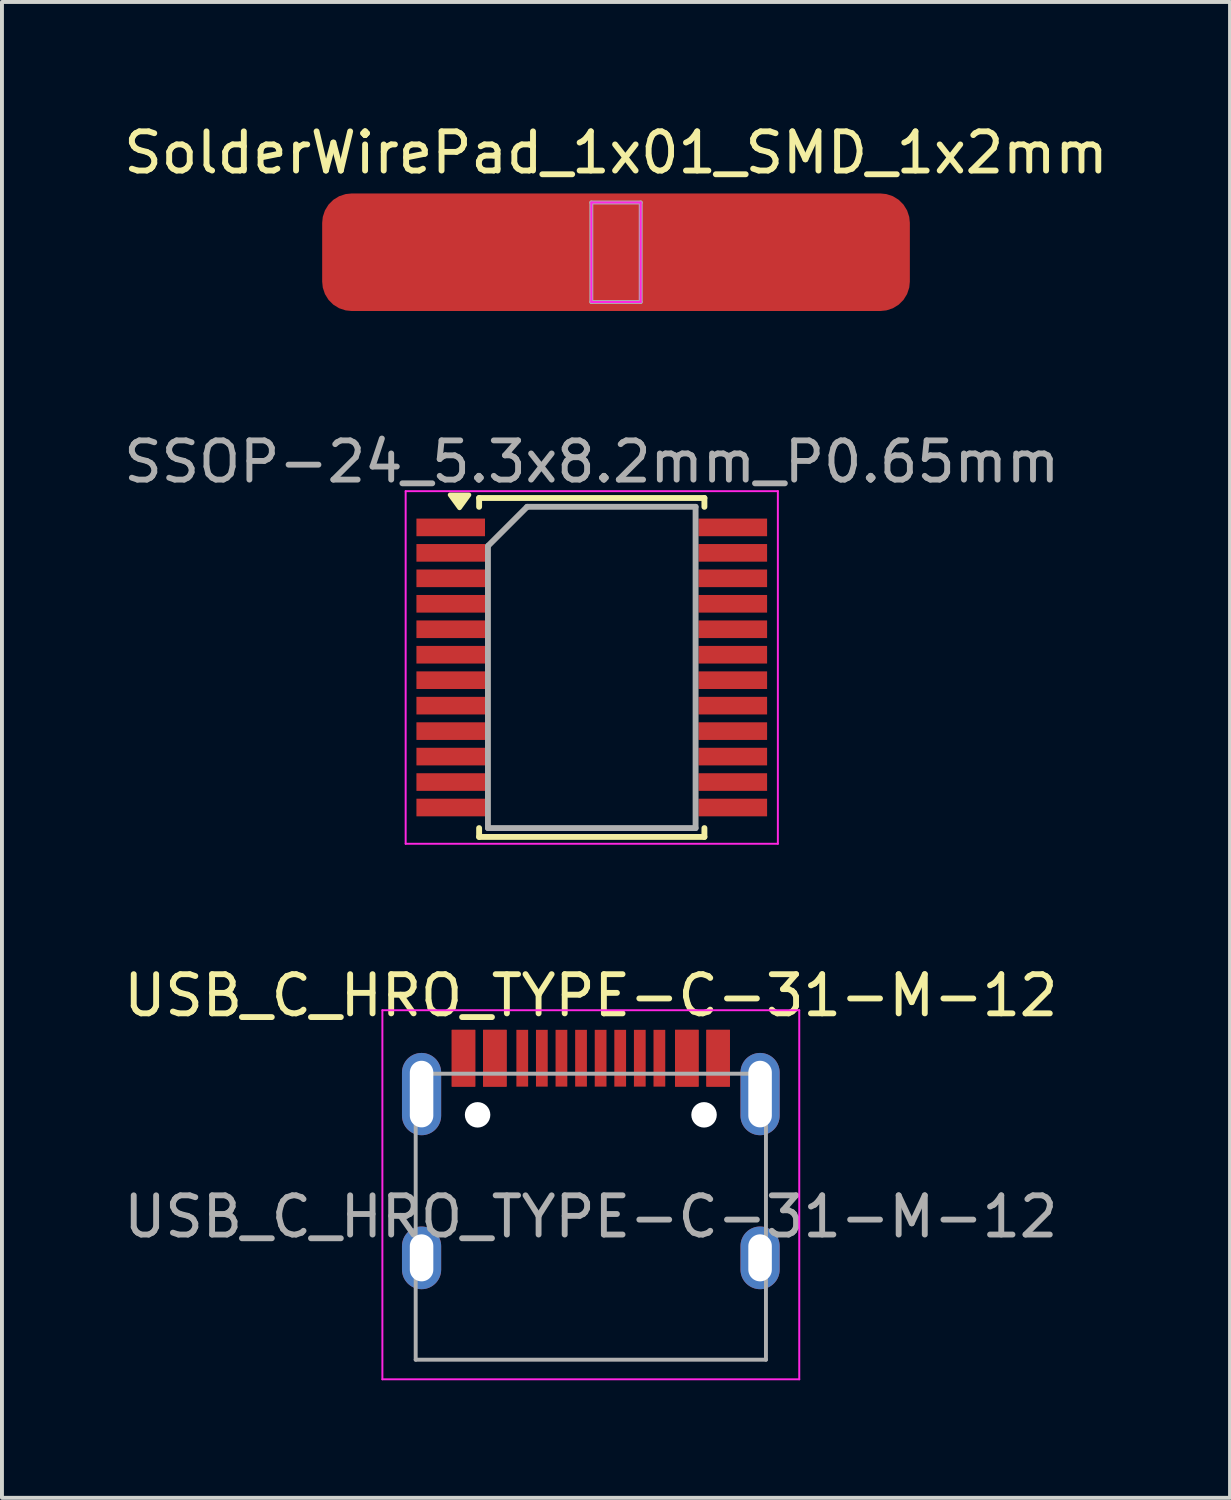
<source format=kicad_pcb>
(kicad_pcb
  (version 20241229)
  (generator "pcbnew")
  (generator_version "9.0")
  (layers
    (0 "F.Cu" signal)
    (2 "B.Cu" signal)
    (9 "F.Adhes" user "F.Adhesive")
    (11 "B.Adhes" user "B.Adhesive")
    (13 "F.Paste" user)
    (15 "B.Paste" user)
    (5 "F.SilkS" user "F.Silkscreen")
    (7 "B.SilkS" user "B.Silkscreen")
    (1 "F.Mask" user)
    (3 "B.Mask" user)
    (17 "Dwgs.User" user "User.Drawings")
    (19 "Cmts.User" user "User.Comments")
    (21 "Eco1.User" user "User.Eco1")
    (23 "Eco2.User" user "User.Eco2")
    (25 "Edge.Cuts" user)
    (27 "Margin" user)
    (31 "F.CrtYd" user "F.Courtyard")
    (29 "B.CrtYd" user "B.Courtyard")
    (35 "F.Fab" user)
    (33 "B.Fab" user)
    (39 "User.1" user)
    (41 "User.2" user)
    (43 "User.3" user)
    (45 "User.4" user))
  (footprint "SolderWirePad_1x01_SMD_1x2mm"
    (layer "F.Cu")
    (at 12.673 3.388)
    (property "Reference" "SolderWirePad_1x01_SMD_1x2mm" (at 0 -2.54 180) (layer "F.SilkS") (effects (font (size 1 1) (thickness 0.15))))
    (attr exclude_from_pos_files exclude_from_bom)
    (fp_line (start -0.63 -1.27) (end -0.63 1.27) (stroke (width 0.05) (type solid)) (layer "F.CrtYd"))
    (fp_line (start -0.63 1.27) (end 0.63 1.27) (stroke (width 0.05) (type solid)) (layer "F.CrtYd"))
    (fp_line (start 0.63 -1.27) (end -0.63 -1.27) (stroke (width 0.05) (type solid)) (layer "F.CrtYd"))
    (fp_line (start 0.63 1.27) (end 0.63 -1.27) (stroke (width 0.05) (type solid)) (layer "F.CrtYd"))
    (fp_line (start -0.63 -1.27) (end 0.63 -1.27) (stroke (width 0.1) (type solid)) (layer "F.Fab"))
    (fp_line (start -0.63 1.27) (end -0.63 -1.27) (stroke (width 0.1) (type solid)) (layer "F.Fab"))
    (fp_line (start 0.63 -1.27) (end 0.63 1.27) (stroke (width 0.1) (type solid)) (layer "F.Fab"))
    (fp_line (start 0.63 1.27) (end -0.63 1.27) (stroke (width 0.1) (type solid)) (layer "F.Fab"))
    (pad "1" smd roundrect (at 0 0) (size 15 3) (layers "F.Cu" "F.Mask" "F.Paste") (roundrect_rratio 0.25)))
  (footprint "USB_C_HRO_TYPE-C-31-M-12"
    (layer "F.Cu")
    (at 12.03 28.005)
    (property "Reference" "USB_C_HRO_TYPE-C-31-M-12" (at -0.000004 -5.645 0) (layer "F.SilkS") (effects (font (size 1 1) (thickness 0.15))))
    (attr smd)
    (fp_line (start -5.32 4.15) (end -5.32 -5.27) (stroke (width 0.05) (type solid)) (layer "F.CrtYd"))
    (fp_line (start 5.32 -5.27) (end -5.32 -5.27) (stroke (width 0.05) (type solid)) (layer "F.CrtYd"))
    (fp_line (start 5.32 4.15) (end -5.32 4.15) (stroke (width 0.05) (type solid)) (layer "F.CrtYd"))
    (fp_line (start 5.32 4.15) (end 5.32 -5.27) (stroke (width 0.05) (type solid)) (layer "F.CrtYd"))
    (fp_line (start -4.47 3.65) (end -4.47 -3.65) (stroke (width 0.1) (type solid)) (layer "F.Fab"))
    (fp_line (start 4.47 -3.65) (end -4.47 -3.65) (stroke (width 0.1) (type solid)) (layer "F.Fab"))
    (fp_line (start 4.47 3.65) (end -4.47 3.65) (stroke (width 0.1) (type solid)) (layer "F.Fab"))
    (fp_line (start 4.47 3.65) (end 4.47 -3.65) (stroke (width 0.1) (type solid)) (layer "F.Fab"))
    (fp_text user "${REFERENCE}" (at 0 0 0) (layer "F.Fab") (effects (font (size 1 1) (thickness 0.15))))
    (pad "" np_thru_hole circle (at -2.89 -2.6) (size 0.65 0.65) (drill 0.65) (layers "*.Cu" "*.Mask"))
    (pad "" np_thru_hole circle (at 2.89 -2.6) (size 0.65 0.65) (drill 0.65) (layers "*.Cu" "*.Mask"))
    (pad "A1" smd rect (at -3.25 -4.045) (size 0.6 1.45) (layers "F.Cu" "F.Mask" "F.Paste"))
    (pad "A4" smd rect (at -2.45 -4.045) (size 0.6 1.45) (layers "F.Cu" "F.Mask" "F.Paste"))
    (pad "A5" smd rect (at -1.25 -4.045) (size 0.3 1.45) (layers "F.Cu" "F.Mask" "F.Paste"))
    (pad "A6" smd rect (at -0.25 -4.045) (size 0.3 1.45) (layers "F.Cu" "F.Mask" "F.Paste"))
    (pad "A7" smd rect (at 0.25 -4.045) (size 0.3 1.45) (layers "F.Cu" "F.Mask" "F.Paste"))
    (pad "A8" smd rect (at 1.25 -4.045) (size 0.3 1.45) (layers "F.Cu" "F.Mask" "F.Paste"))
    (pad "A9" smd rect (at 2.45 -4.045) (size 0.6 1.45) (layers "F.Cu" "F.Mask" "F.Paste"))
    (pad "A12" smd rect (at 3.25 -4.045) (size 0.6 1.45) (layers "F.Cu" "F.Mask" "F.Paste"))
    (pad "B1" smd rect (at 3.25 -4.045) (size 0.6 1.45) (layers "F.Cu" "F.Mask" "F.Paste"))
    (pad "B4" smd rect (at 2.45 -4.045) (size 0.6 1.45) (layers "F.Cu" "F.Mask" "F.Paste"))
    (pad "B5" smd rect (at 1.75 -4.045) (size 0.3 1.45) (layers "F.Cu" "F.Mask" "F.Paste"))
    (pad "B6" smd rect (at 0.75 -4.045) (size 0.3 1.45) (layers "F.Cu" "F.Mask" "F.Paste"))
    (pad "B7" smd rect (at -0.75 -4.045) (size 0.3 1.45) (layers "F.Cu" "F.Mask" "F.Paste"))
    (pad "B8" smd rect (at -1.75 -4.045) (size 0.3 1.45) (layers "F.Cu" "F.Mask" "F.Paste"))
    (pad "B9" smd rect (at -2.45 -4.045) (size 0.6 1.45) (layers "F.Cu" "F.Mask" "F.Paste"))
    (pad "B12" smd rect (at -3.25 -4.045) (size 0.6 1.45) (layers "F.Cu" "F.Mask" "F.Paste"))
    (pad "S1" thru_hole oval (at -4.32 -3.13) (size 1 2.1) (drill oval 0.6 1.7) (layers "*.Cu" "*.Mask"))
    (pad "S1" thru_hole oval (at -4.32 1.05) (size 1 1.6) (drill oval 0.6 1.2) (layers "*.Cu" "*.Mask"))
    (pad "S1" thru_hole oval (at 4.32 -3.13) (size 1 2.1) (drill oval 0.6 1.7) (layers "*.Cu" "*.Mask"))
    (pad "S1" thru_hole oval (at 4.32 1.05) (size 1 1.6) (drill oval 0.6 1.2) (layers "*.Cu" "*.Mask")))
  (footprint "SSOP-24_5.3x8.2mm_P0.65mm"
    (layer "F.Cu")
    (at 12.054 13.986)
    (property "Reference" "SSOP-24_5.3x8.2mm_P0.65mm" (at 0 -5.25 0) (layer "F.Fab") (effects (font (size 1 1) (thickness 0.15))))
    (attr smd)
    (fp_line (start -2.875 -4.325) (end -2.875 -4.1) (stroke (width 0.15) (type solid)) (layer "F.SilkS"))
    (fp_line (start -2.875 -4.325) (end 2.875 -4.325) (stroke (width 0.15) (type solid)) (layer "F.SilkS"))
    (fp_line (start -2.875 4.325) (end -2.875 4.1) (stroke (width 0.15) (type solid)) (layer "F.SilkS"))
    (fp_line (start -2.875 4.325) (end 2.875 4.325) (stroke (width 0.15) (type solid)) (layer "F.SilkS"))
    (fp_line (start 2.875 -4.325) (end 2.875 -4.1) (stroke (width 0.15) (type solid)) (layer "F.SilkS"))
    (fp_line (start 2.875 4.325) (end 2.875 4.1) (stroke (width 0.15) (type solid)) (layer "F.SilkS"))
    (fp_poly (pts (xy -3.375 -4.075) (xy -3.615 -4.405) (xy -3.135 -4.405) (xy -3.375 -4.075)) (stroke (width 0.12) (type solid)) (fill yes) (layer "F.SilkS"))
    (fp_line (start -4.75 -4.5) (end -4.75 4.5) (stroke (width 0.05) (type solid)) (layer "F.CrtYd"))
    (fp_line (start -4.75 -4.5) (end 4.75 -4.5) (stroke (width 0.05) (type solid)) (layer "F.CrtYd"))
    (fp_line (start -4.75 4.5) (end 4.75 4.5) (stroke (width 0.05) (type solid)) (layer "F.CrtYd"))
    (fp_line (start 4.75 -4.5) (end 4.75 4.5) (stroke (width 0.05) (type solid)) (layer "F.CrtYd"))
    (fp_line (start -2.65 -3.1) (end -1.65 -4.1) (stroke (width 0.15) (type solid)) (layer "F.Fab"))
    (fp_line (start -2.65 4.1) (end -2.65 -3.1) (stroke (width 0.15) (type solid)) (layer "F.Fab"))
    (fp_line (start -1.65 -4.1) (end 2.65 -4.1) (stroke (width 0.15) (type solid)) (layer "F.Fab"))
    (fp_line (start 2.65 -4.1) (end 2.65 4.1) (stroke (width 0.15) (type solid)) (layer "F.Fab"))
    (fp_line (start 2.65 4.1) (end -2.65 4.1) (stroke (width 0.15) (type solid)) (layer "F.Fab"))
    (pad "1" smd rect (at -3.6 -3.575 180) (size 1.75 0.45) (layers "F.Cu" "F.Mask" "F.Paste"))
    (pad "2" smd rect (at -3.6 -2.925 180) (size 1.75 0.45) (layers "F.Cu" "F.Mask" "F.Paste"))
    (pad "3" smd rect (at -3.6 -2.275 180) (size 1.75 0.45) (layers "F.Cu" "F.Mask" "F.Paste"))
    (pad "4" smd rect (at -3.6 -1.625 180) (size 1.75 0.45) (layers "F.Cu" "F.Mask" "F.Paste"))
    (pad "5" smd rect (at -3.6 -0.975 180) (size 1.75 0.45) (layers "F.Cu" "F.Mask" "F.Paste"))
    (pad "6" smd rect (at -3.6 -0.325 180) (size 1.75 0.45) (layers "F.Cu" "F.Mask" "F.Paste"))
    (pad "7" smd rect (at -3.6 0.325 180) (size 1.75 0.45) (layers "F.Cu" "F.Mask" "F.Paste"))
    (pad "8" smd rect (at -3.6 0.975 180) (size 1.75 0.45) (layers "F.Cu" "F.Mask" "F.Paste"))
    (pad "9" smd rect (at -3.6 1.625 180) (size 1.75 0.45) (layers "F.Cu" "F.Mask" "F.Paste"))
    (pad "10" smd rect (at -3.6 2.275 180) (size 1.75 0.45) (layers "F.Cu" "F.Mask" "F.Paste"))
    (pad "11" smd rect (at -3.6 2.925 180) (size 1.75 0.45) (layers "F.Cu" "F.Mask" "F.Paste"))
    (pad "12" smd rect (at -3.6 3.575 180) (size 1.75 0.45) (layers "F.Cu" "F.Mask" "F.Paste"))
    (pad "13" smd rect (at 3.6 3.575 180) (size 1.75 0.45) (layers "F.Cu" "F.Mask" "F.Paste"))
    (pad "14" smd rect (at 3.6 2.925 180) (size 1.75 0.45) (layers "F.Cu" "F.Mask" "F.Paste"))
    (pad "15" smd rect (at 3.6 2.275 180) (size 1.75 0.45) (layers "F.Cu" "F.Mask" "F.Paste"))
    (pad "16" smd rect (at 3.6 1.625 180) (size 1.75 0.45) (layers "F.Cu" "F.Mask" "F.Paste"))
    (pad "17" smd rect (at 3.6 0.975 180) (size 1.75 0.45) (layers "F.Cu" "F.Mask" "F.Paste"))
    (pad "18" smd rect (at 3.6 0.325 180) (size 1.75 0.45) (layers "F.Cu" "F.Mask" "F.Paste"))
    (pad "19" smd rect (at 3.6 -0.325 180) (size 1.75 0.45) (layers "F.Cu" "F.Mask" "F.Paste"))
    (pad "20" smd rect (at 3.6 -0.975 180) (size 1.75 0.45) (layers "F.Cu" "F.Mask" "F.Paste"))
    (pad "21" smd rect (at 3.6 -1.625 180) (size 1.75 0.45) (layers "F.Cu" "F.Mask" "F.Paste"))
    (pad "22" smd rect (at 3.6 -2.275 180) (size 1.75 0.45) (layers "F.Cu" "F.Mask" "F.Paste"))
    (pad "23" smd rect (at 3.6 -2.925 180) (size 1.75 0.45) (layers "F.Cu" "F.Mask" "F.Paste"))
    (pad "24" smd rect (at 3.6 -3.575 180) (size 1.75 0.45) (layers "F.Cu" "F.Mask" "F.Paste")))
  (gr_rect
    (start -3 -3)
    (end 28.345 35.18)
    (stroke (width 0.1) (type default))
    (fill no)
    (layer "Edge.Cuts")))
</source>
